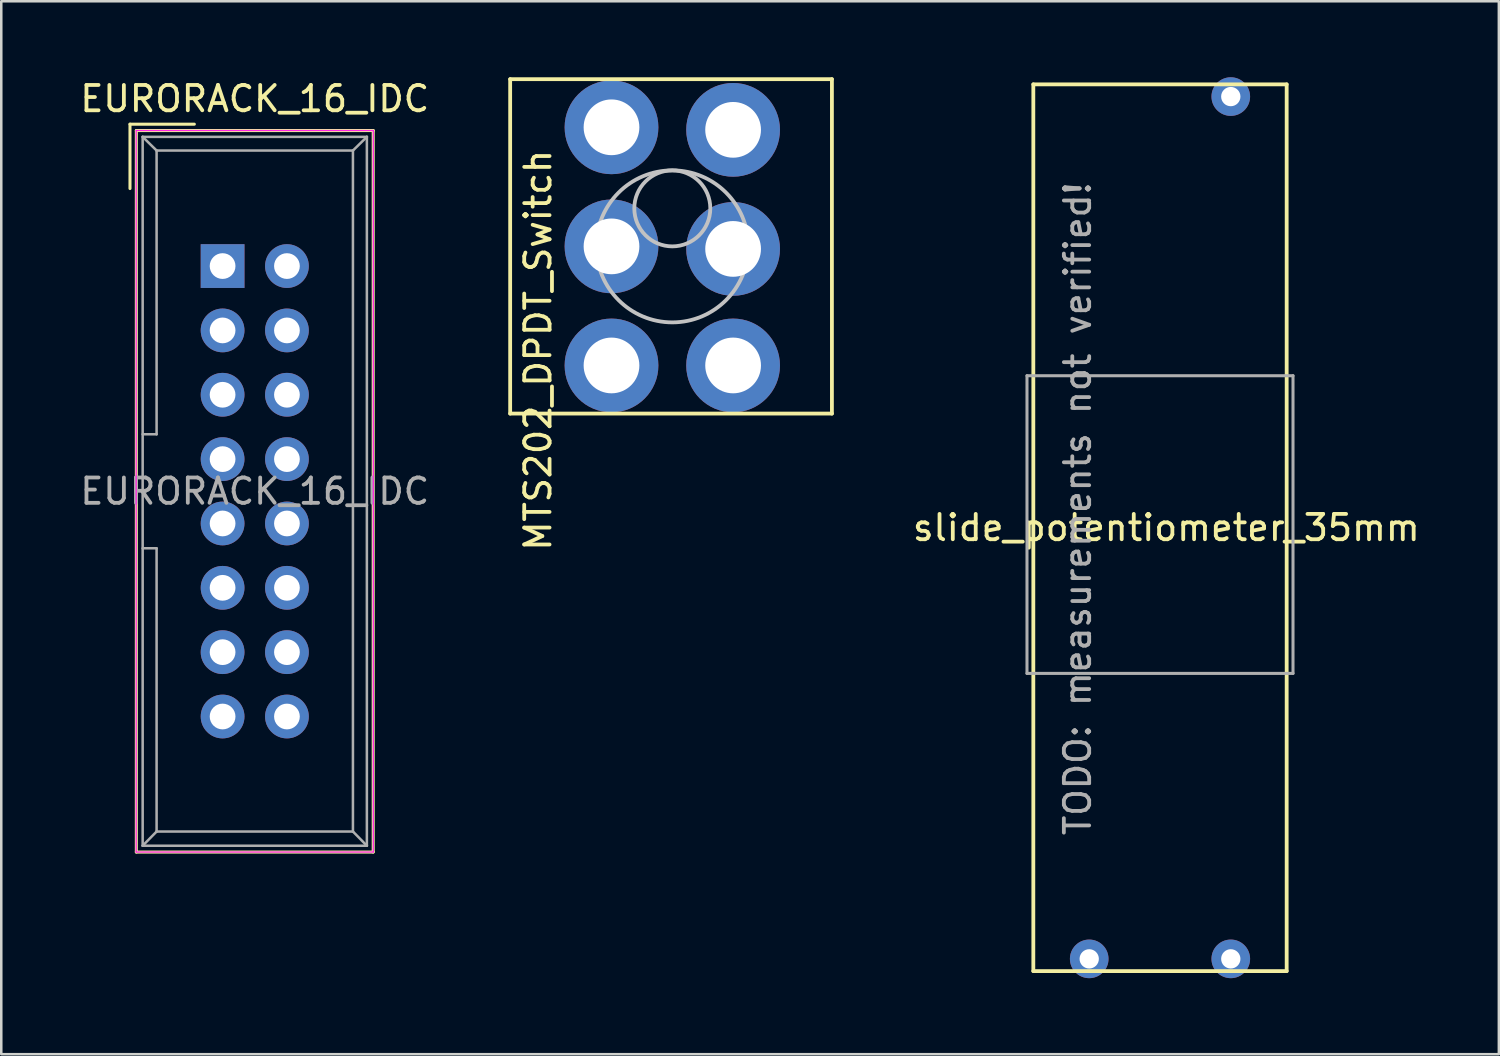
<source format=kicad_pcb>
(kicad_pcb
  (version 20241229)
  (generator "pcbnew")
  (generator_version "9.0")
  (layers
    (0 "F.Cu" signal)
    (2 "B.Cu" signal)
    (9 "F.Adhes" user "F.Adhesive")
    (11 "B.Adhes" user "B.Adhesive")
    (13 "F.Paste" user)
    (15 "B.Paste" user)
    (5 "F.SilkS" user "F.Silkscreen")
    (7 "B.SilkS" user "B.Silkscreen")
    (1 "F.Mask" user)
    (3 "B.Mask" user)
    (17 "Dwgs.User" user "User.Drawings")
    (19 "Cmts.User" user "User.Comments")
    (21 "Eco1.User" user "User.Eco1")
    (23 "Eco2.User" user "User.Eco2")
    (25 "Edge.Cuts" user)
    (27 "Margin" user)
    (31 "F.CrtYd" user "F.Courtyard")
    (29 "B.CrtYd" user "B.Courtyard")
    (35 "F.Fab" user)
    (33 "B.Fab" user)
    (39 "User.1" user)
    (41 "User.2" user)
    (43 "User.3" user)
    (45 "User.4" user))
  (footprint "slide_potentiometer_35mm"
    (layer "F.Cu")
    (at 42.737 17.78)
    (property "Reference" "slide_potentiometer_35mm" (at 0.25 0 0) (layer "F.SilkS") (effects (font (size 1 1) (thickness 0.15))))
    (attr through_hole)
    (fp_line (start -5 -17.5) (end 5 -17.5) (stroke (width 0.15) (type solid)) (layer "F.SilkS"))
    (fp_line (start -5 17.5) (end -5 -17.5) (stroke (width 0.15) (type solid)) (layer "F.SilkS"))
    (fp_line (start 5 -17.5) (end 5 17.5) (stroke (width 0.15) (type solid)) (layer "F.SilkS"))
    (fp_line (start 5 17.5) (end -5 17.5) (stroke (width 0.15) (type solid)) (layer "F.SilkS"))
    (fp_line (start -5.25 -6) (end 5.25 -6) (stroke (width 0.12) (type solid)) (layer "F.Fab"))
    (fp_line (start -5.25 5.75) (end -5.25 -6) (stroke (width 0.12) (type solid)) (layer "F.Fab"))
    (fp_line (start 5.25 -6) (end 5.25 5.75) (stroke (width 0.12) (type solid)) (layer "F.Fab"))
    (fp_line (start 5.25 5.75) (end -5.25 5.75) (stroke (width 0.12) (type solid)) (layer "F.Fab"))
    (fp_text user "TODO: measurements not verified!" (at -3.25 -0.75 90) (layer "F.Fab") (effects (font (size 1 1) (thickness 0.15))))
    (pad "1" thru_hole circle (at 2.794 17.018) (size 1.524 1.524) (drill 0.762) (layers "*.Cu" "*.Mask"))
    (pad "2" thru_hole circle (at 2.794 -17.018) (size 1.524 1.524) (drill 0.762) (layers "*.Cu" "*.Mask"))
    (pad "3" thru_hole circle (at -2.794 17.018) (size 1.524 1.524) (drill 0.762) (layers "*.Cu" "*.Mask")))
  (footprint "MTS202_DPDT_Switch"
    (layer "F.Cu")
    (at 22.187 2.175)
    (property "Reference" "MTS202_DPDT_Switch" (at -4 8.6 90) (layer "F.SilkS") (effects (font (size 1 1) (thickness 0.15))))
    (attr through_hole)
    (fp_line (start -5.1 -2.1) (end -5.1 11.1) (stroke (width 0.15) (type solid)) (layer "F.SilkS"))
    (fp_line (start -5.1 11.1) (end 7.6 11.1) (stroke (width 0.15) (type solid)) (layer "F.SilkS"))
    (fp_line (start 7.6 -2.1) (end -5.1 -2.1) (stroke (width 0.15) (type solid)) (layer "F.SilkS"))
    (fp_line (start 7.6 11.1) (end 7.6 -2.1) (stroke (width 0.15) (type solid)) (layer "F.SilkS"))
    (fp_circle (center 1.3 3) (end 2.8 3) (stroke (width 0.15) (type solid)) (fill no) (layer "Dwgs.User"))
    (fp_circle (center 1.3 4.5) (end 4.3 4.5) (stroke (width 0.15) (type solid)) (fill no) (layer "Dwgs.User"))
    (pad "1" thru_hole circle (at -1.1 -0.2) (size 3.7 3.7) (drill 2.2) (layers "*.Cu" "*.Mask"))
    (pad "2" thru_hole circle (at 3.7 -0.1) (size 3.7 3.7) (drill 2.2) (layers "*.Cu" "*.Mask"))
    (pad "3" thru_hole circle (at -1.1 4.5) (size 3.7 3.7) (drill 2.2) (layers "*.Cu" "*.Mask"))
    (pad "4" thru_hole circle (at 3.7 4.6) (size 3.7 3.7) (drill 2.2) (layers "*.Cu" "*.Mask"))
    (pad "5" thru_hole circle (at -1.1 9.2) (size 3.7 3.7) (drill 2.2) (layers "*.Cu" "*.Mask"))
    (pad "6" thru_hole circle (at 3.7 9.2) (size 3.7 3.7) (drill 2.2) (layers "*.Cu" "*.Mask")))
  (footprint "EURORACK_16_IDC"
    (layer "F.Cu")
    (at 5.736 7.452)
    (property "Reference" "EURORACK_16_IDC" (at 1.27 -6.604 0) (layer "F.SilkS") (effects (font (size 1 1) (thickness 0.15))))
    (attr through_hole)
    (fp_line (start -3.655 -5.6) (end -3.655 -3.06) (stroke (width 0.12) (type solid)) (layer "F.SilkS"))
    (fp_line (start -3.655 -5.6) (end -1.115 -5.6) (stroke (width 0.12) (type solid)) (layer "F.SilkS"))
    (fp_line (start -3.405 -5.35) (end 5.945 -5.35) (stroke (width 0.12) (type solid)) (layer "F.SilkS"))
    (fp_line (start -3.405 23.13) (end -3.405 -5.35) (stroke (width 0.12) (type solid)) (layer "F.SilkS"))
    (fp_line (start 5.945 -5.35) (end 5.945 23.13) (stroke (width 0.12) (type solid)) (layer "F.SilkS"))
    (fp_line (start 5.945 23.13) (end -3.405 23.13) (stroke (width 0.12) (type solid)) (layer "F.SilkS"))
    (fp_line (start -3.41 -5.35) (end 5.95 -5.35) (stroke (width 0.05) (type solid)) (layer "F.CrtYd"))
    (fp_line (start -3.41 23.13) (end -3.41 -5.35) (stroke (width 0.05) (type solid)) (layer "F.CrtYd"))
    (fp_line (start 5.95 -5.35) (end 5.95 23.13) (stroke (width 0.05) (type solid)) (layer "F.CrtYd"))
    (fp_line (start 5.95 23.13) (end -3.41 23.13) (stroke (width 0.05) (type solid)) (layer "F.CrtYd"))
    (fp_line (start -3.155 -5.1) (end -3.155 22.88) (stroke (width 0.1) (type solid)) (layer "F.Fab"))
    (fp_line (start -3.155 -5.1) (end -2.605 -4.56) (stroke (width 0.1) (type solid)) (layer "F.Fab"))
    (fp_line (start -3.155 22.88) (end -2.605 22.32) (stroke (width 0.1) (type solid)) (layer "F.Fab"))
    (fp_line (start -2.605 -4.56) (end -2.605 6.64) (stroke (width 0.1) (type solid)) (layer "F.Fab"))
    (fp_line (start -2.605 6.64) (end -3.155 6.64) (stroke (width 0.1) (type solid)) (layer "F.Fab"))
    (fp_line (start -2.605 11.14) (end -3.155 11.14) (stroke (width 0.1) (type solid)) (layer "F.Fab"))
    (fp_line (start -2.605 11.14) (end -2.605 22.32) (stroke (width 0.1) (type solid)) (layer "F.Fab"))
    (fp_line (start 5.145 -4.56) (end -2.605 -4.56) (stroke (width 0.1) (type solid)) (layer "F.Fab"))
    (fp_line (start 5.145 -4.56) (end 5.145 22.32) (stroke (width 0.1) (type solid)) (layer "F.Fab"))
    (fp_line (start 5.145 22.32) (end -2.605 22.32) (stroke (width 0.1) (type solid)) (layer "F.Fab"))
    (fp_line (start 5.695 -5.1) (end -3.155 -5.1) (stroke (width 0.1) (type solid)) (layer "F.Fab"))
    (fp_line (start 5.695 -5.1) (end 5.145 -4.56) (stroke (width 0.1) (type solid)) (layer "F.Fab"))
    (fp_line (start 5.695 -5.1) (end 5.695 22.88) (stroke (width 0.1) (type solid)) (layer "F.Fab"))
    (fp_line (start 5.695 22.88) (end -3.155 22.88) (stroke (width 0.1) (type solid)) (layer "F.Fab"))
    (fp_line (start 5.695 22.88) (end 5.145 22.32) (stroke (width 0.1) (type solid)) (layer "F.Fab"))
    (fp_text user "${REFERENCE}" (at 1.27 8.89 0) (layer "F.Fab") (effects (font (size 1 1) (thickness 0.15))))
    (pad "1" thru_hole rect (at 0 0) (size 1.727 1.727) (drill 1.016) (layers "*.Cu" "*.Mask"))
    (pad "1" thru_hole oval (at 2.54 0) (size 1.727 1.727) (drill 1.016) (layers "*.Cu" "*.Mask"))
    (pad "3" thru_hole oval (at 0 2.54) (size 1.727 1.727) (drill 1.016) (layers "*.Cu" "*.Mask"))
    (pad "3" thru_hole oval (at 0 5.08) (size 1.727 1.727) (drill 1.016) (layers "*.Cu" "*.Mask"))
    (pad "3" thru_hole oval (at 0 7.62) (size 1.727 1.727) (drill 1.016) (layers "*.Cu" "*.Mask"))
    (pad "3" thru_hole oval (at 2.54 2.54) (size 1.727 1.727) (drill 1.016) (layers "*.Cu" "*.Mask"))
    (pad "3" thru_hole oval (at 2.54 5.08) (size 1.727 1.727) (drill 1.016) (layers "*.Cu" "*.Mask"))
    (pad "3" thru_hole oval (at 2.54 7.62) (size 1.727 1.727) (drill 1.016) (layers "*.Cu" "*.Mask"))
    (pad "9" thru_hole oval (at 0 10.16) (size 1.727 1.727) (drill 1.016) (layers "*.Cu" "*.Mask"))
    (pad "9" thru_hole oval (at 2.54 10.16) (size 1.727 1.727) (drill 1.016) (layers "*.Cu" "*.Mask"))
    (pad "11" thru_hole oval (at 0 12.7) (size 1.727 1.727) (drill 1.016) (layers "*.Cu" "*.Mask"))
    (pad "11" thru_hole oval (at 2.54 12.7) (size 1.727 1.727) (drill 1.016) (layers "*.Cu" "*.Mask"))
    (pad "13" thru_hole oval (at 0 15.24) (size 1.727 1.727) (drill 1.016) (layers "*.Cu" "*.Mask"))
    (pad "13" thru_hole oval (at 2.54 15.24) (size 1.727 1.727) (drill 1.016) (layers "*.Cu" "*.Mask"))
    (pad "15" thru_hole oval (at 0 17.78) (size 1.727 1.727) (drill 1.016) (layers "*.Cu" "*.Mask"))
    (pad "15" thru_hole oval (at 2.54 17.78) (size 1.727 1.727) (drill 1.016) (layers "*.Cu" "*.Mask")))
  (gr_rect
    (start -3 -3)
    (end 56.112 38.56)
    (stroke (width 0.1) (type default))
    (fill no)
    (layer "Edge.Cuts")))
</source>
